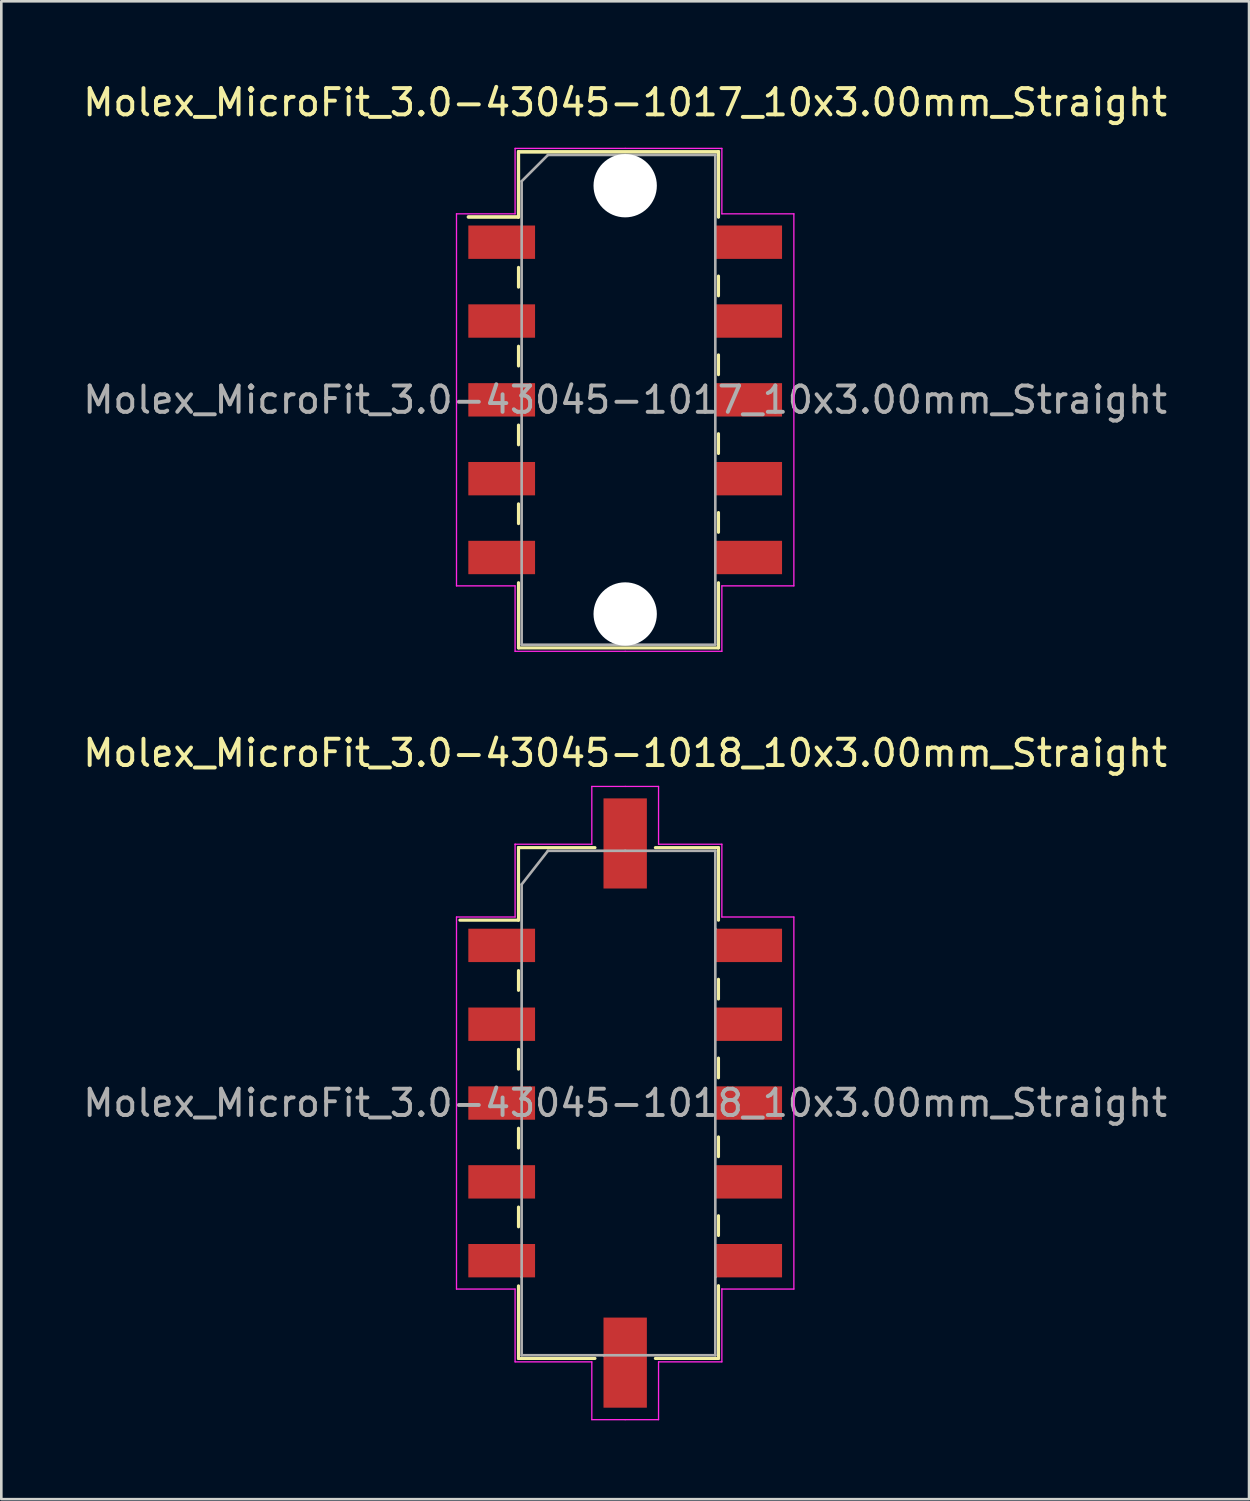
<source format=kicad_pcb>
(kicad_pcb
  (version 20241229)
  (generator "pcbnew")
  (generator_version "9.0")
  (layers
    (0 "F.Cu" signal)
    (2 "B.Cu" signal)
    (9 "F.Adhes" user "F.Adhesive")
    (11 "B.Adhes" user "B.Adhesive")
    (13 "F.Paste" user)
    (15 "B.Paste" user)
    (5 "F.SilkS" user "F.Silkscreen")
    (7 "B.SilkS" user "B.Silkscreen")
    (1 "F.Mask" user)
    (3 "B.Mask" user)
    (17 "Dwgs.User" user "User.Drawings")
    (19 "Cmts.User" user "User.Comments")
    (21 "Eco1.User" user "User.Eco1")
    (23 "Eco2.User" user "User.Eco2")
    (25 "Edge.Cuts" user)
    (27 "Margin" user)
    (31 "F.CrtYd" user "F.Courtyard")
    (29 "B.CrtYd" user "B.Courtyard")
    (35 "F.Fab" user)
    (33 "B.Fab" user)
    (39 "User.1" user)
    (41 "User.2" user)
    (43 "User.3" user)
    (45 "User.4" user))
  (footprint "Molex_MicroFit_3.0-43045-1017_10x3.00mm_Straight"
    (layer "F.Cu")
    (at 20.744 12.168)
    (property "Reference" "Molex_MicroFit_3.0-43045-1017_10x3.00mm_Straight" (at 0 -11.32 0) (layer "F.SilkS") (effects (font (size 1 1) (thickness 0.15))))
    (attr smd)
    (fp_line (start -5.97 -6.96) (end -4.06 -6.96) (stroke (width 0.12) (type solid)) (layer "F.SilkS"))
    (fp_line (start -5.97 -6.96) (end -4.06 -6.96) (stroke (width 0.12) (type solid)) (layer "F.SilkS"))
    (fp_line (start -4.06 -9.44) (end 3.55 -9.44) (stroke (width 0.12) (type solid)) (layer "F.SilkS"))
    (fp_line (start -4.06 -9.44) (end 3.55 -9.44) (stroke (width 0.12) (type solid)) (layer "F.SilkS"))
    (fp_line (start -4.06 -6.96) (end -4.06 -9.44) (stroke (width 0.12) (type solid)) (layer "F.SilkS"))
    (fp_line (start -4.06 -6.96) (end -4.06 -9.44) (stroke (width 0.12) (type solid)) (layer "F.SilkS"))
    (fp_line (start -4.06 -5.04) (end -4.06 -4.29) (stroke (width 0.12) (type solid)) (layer "F.SilkS"))
    (fp_line (start -4.06 -2.04) (end -4.06 -1.29) (stroke (width 0.12) (type solid)) (layer "F.SilkS"))
    (fp_line (start -4.06 0.96) (end -4.06 1.71) (stroke (width 0.12) (type solid)) (layer "F.SilkS"))
    (fp_line (start -4.06 3.96) (end -4.06 4.71) (stroke (width 0.12) (type solid)) (layer "F.SilkS"))
    (fp_line (start -4.06 9.44) (end -4.06 6.96) (stroke (width 0.12) (type solid)) (layer "F.SilkS"))
    (fp_line (start 3.55 -9.44) (end 3.55 -6.96) (stroke (width 0.12) (type solid)) (layer "F.SilkS"))
    (fp_line (start 3.55 -9.44) (end 3.55 -6.96) (stroke (width 0.12) (type solid)) (layer "F.SilkS"))
    (fp_line (start 3.55 -3.96) (end 3.55 -4.71) (stroke (width 0.12) (type solid)) (layer "F.SilkS"))
    (fp_line (start 3.55 -0.96) (end 3.55 -1.71) (stroke (width 0.12) (type solid)) (layer "F.SilkS"))
    (fp_line (start 3.55 2.04) (end 3.55 1.29) (stroke (width 0.12) (type solid)) (layer "F.SilkS"))
    (fp_line (start 3.55 5.04) (end 3.55 4.29) (stroke (width 0.12) (type solid)) (layer "F.SilkS"))
    (fp_line (start 3.55 6.96) (end 3.55 9.44) (stroke (width 0.12) (type solid)) (layer "F.SilkS"))
    (fp_line (start 3.55 9.44) (end -4.06 9.44) (stroke (width 0.12) (type solid)) (layer "F.SilkS"))
    (fp_line (start -6.42 -7.08) (end -4.19 -7.08) (stroke (width 0.05) (type solid)) (layer "F.CrtYd"))
    (fp_line (start -6.42 7.08) (end -6.42 -7.08) (stroke (width 0.05) (type solid)) (layer "F.CrtYd"))
    (fp_line (start -4.19 -9.57) (end 0 -9.57) (stroke (width 0.05) (type solid)) (layer "F.CrtYd"))
    (fp_line (start -4.19 -7.08) (end -4.19 -9.57) (stroke (width 0.05) (type solid)) (layer "F.CrtYd"))
    (fp_line (start -4.19 7.08) (end -6.42 7.08) (stroke (width 0.05) (type solid)) (layer "F.CrtYd"))
    (fp_line (start -4.19 9.57) (end -4.19 7.08) (stroke (width 0.05) (type solid)) (layer "F.CrtYd"))
    (fp_line (start 0 -9.57) (end 3.68 -9.57) (stroke (width 0.05) (type solid)) (layer "F.CrtYd"))
    (fp_line (start 0 9.57) (end -4.19 9.57) (stroke (width 0.05) (type solid)) (layer "F.CrtYd"))
    (fp_line (start 3.68 -9.57) (end 3.68 -7.08) (stroke (width 0.05) (type solid)) (layer "F.CrtYd"))
    (fp_line (start 3.68 -7.08) (end 6.42 -7.08) (stroke (width 0.05) (type solid)) (layer "F.CrtYd"))
    (fp_line (start 3.68 7.08) (end 3.68 9.57) (stroke (width 0.05) (type solid)) (layer "F.CrtYd"))
    (fp_line (start 3.68 9.57) (end 0 9.57) (stroke (width 0.05) (type solid)) (layer "F.CrtYd"))
    (fp_line (start 6.42 -7.08) (end 6.42 7.08) (stroke (width 0.05) (type solid)) (layer "F.CrtYd"))
    (fp_line (start 6.42 7.08) (end 3.68 7.08) (stroke (width 0.05) (type solid)) (layer "F.CrtYd"))
    (fp_line (start -3.94 -8.32) (end -2.94 -9.32) (stroke (width 0.1) (type solid)) (layer "F.Fab"))
    (fp_line (start -3.94 9.32) (end -3.94 -8.32) (stroke (width 0.1) (type solid)) (layer "F.Fab"))
    (fp_line (start -2.94 -9.32) (end 0 -9.32) (stroke (width 0.1) (type solid)) (layer "F.Fab"))
    (fp_line (start 0 -9.32) (end 3.43 -9.32) (stroke (width 0.1) (type solid)) (layer "F.Fab"))
    (fp_line (start 0 9.32) (end -3.94 9.32) (stroke (width 0.1) (type solid)) (layer "F.Fab"))
    (fp_line (start 3.43 -9.32) (end 3.43 9.32) (stroke (width 0.1) (type solid)) (layer "F.Fab"))
    (fp_line (start 3.43 9.32) (end 0 9.32) (stroke (width 0.1) (type solid)) (layer "F.Fab"))
    (fp_text user "${REFERENCE}" (at 0 0 0) (layer "F.Fab") (effects (font (size 1 1) (thickness 0.15))))
    (pad "" np_thru_hole circle (at 0 -8.15) (size 2.41 2.41) (drill 2.41) (layers "*.Cu"))
    (pad "" np_thru_hole circle (at 0 8.15) (size 2.41 2.41) (drill 2.41) (layers "*.Cu"))
    (pad "1" smd rect (at -4.7 -6) (size 2.54 1.27) (layers "F.Cu" "F.Mask" "F.Paste"))
    (pad "2" smd rect (at -4.7 -3) (size 2.54 1.27) (layers "F.Cu" "F.Mask" "F.Paste"))
    (pad "3" smd rect (at -4.7 0) (size 2.54 1.27) (layers "F.Cu" "F.Mask" "F.Paste"))
    (pad "4" smd rect (at -4.7 3) (size 2.54 1.27) (layers "F.Cu" "F.Mask" "F.Paste"))
    (pad "5" smd rect (at -4.7 6) (size 2.54 1.27) (layers "F.Cu" "F.Mask" "F.Paste"))
    (pad "6" smd rect (at 4.7 6) (size 2.54 1.27) (layers "F.Cu" "F.Mask" "F.Paste"))
    (pad "7" smd rect (at 4.7 3) (size 2.54 1.27) (layers "F.Cu" "F.Mask" "F.Paste"))
    (pad "8" smd rect (at 4.7 0) (size 2.54 1.27) (layers "F.Cu" "F.Mask" "F.Paste"))
    (pad "9" smd rect (at 4.7 -3) (size 2.54 1.27) (layers "F.Cu" "F.Mask" "F.Paste"))
    (pad "10" smd rect (at 4.7 -6) (size 2.54 1.27) (layers "F.Cu" "F.Mask" "F.Paste")))
  (footprint "Molex_MicroFit_3.0-43045-1018_10x3.00mm_Straight"
    (layer "F.Cu")
    (at 20.744 38.931)
    (property "Reference" "Molex_MicroFit_3.0-43045-1018_10x3.00mm_Straight" (at 0 -13.32 0) (layer "F.SilkS") (effects (font (size 1 1) (thickness 0.15))))
    (attr smd)
    (fp_line (start -6.29 -6.96) (end -4.06 -6.96) (stroke (width 0.12) (type solid)) (layer "F.SilkS"))
    (fp_line (start -4.06 -9.72) (end -4.06 -9.72) (stroke (width 0.12) (type solid)) (layer "F.SilkS"))
    (fp_line (start -4.06 -9.72) (end -1.15 -9.72) (stroke (width 0.12) (type solid)) (layer "F.SilkS"))
    (fp_line (start -4.06 -6.96) (end -4.06 -9.72) (stroke (width 0.12) (type solid)) (layer "F.SilkS"))
    (fp_line (start -4.06 -5.04) (end -4.06 -4.29) (stroke (width 0.12) (type solid)) (layer "F.SilkS"))
    (fp_line (start -4.06 -2.04) (end -4.06 -1.29) (stroke (width 0.12) (type solid)) (layer "F.SilkS"))
    (fp_line (start -4.06 0.96) (end -4.06 1.71) (stroke (width 0.12) (type solid)) (layer "F.SilkS"))
    (fp_line (start -4.06 3.96) (end -4.06 4.71) (stroke (width 0.12) (type solid)) (layer "F.SilkS"))
    (fp_line (start -4.06 9.72) (end -4.06 6.96) (stroke (width 0.12) (type solid)) (layer "F.SilkS"))
    (fp_line (start -1.15 9.72) (end -4.06 9.72) (stroke (width 0.12) (type solid)) (layer "F.SilkS"))
    (fp_line (start 1.15 -9.72) (end 3.55 -9.72) (stroke (width 0.12) (type solid)) (layer "F.SilkS"))
    (fp_line (start 3.55 -9.72) (end 3.55 -6.96) (stroke (width 0.12) (type solid)) (layer "F.SilkS"))
    (fp_line (start 3.55 -3.96) (end 3.55 -4.71) (stroke (width 0.12) (type solid)) (layer "F.SilkS"))
    (fp_line (start 3.55 -0.96) (end 3.55 -1.71) (stroke (width 0.12) (type solid)) (layer "F.SilkS"))
    (fp_line (start 3.55 2.04) (end 3.55 1.29) (stroke (width 0.12) (type solid)) (layer "F.SilkS"))
    (fp_line (start 3.55 5.04) (end 3.55 4.29) (stroke (width 0.12) (type solid)) (layer "F.SilkS"))
    (fp_line (start 3.55 6.96) (end 3.55 6.96) (stroke (width 0.12) (type solid)) (layer "F.SilkS"))
    (fp_line (start 3.55 6.96) (end 3.55 9.72) (stroke (width 0.12) (type solid)) (layer "F.SilkS"))
    (fp_line (start 3.55 9.72) (end 1.15 9.72) (stroke (width 0.12) (type solid)) (layer "F.SilkS"))
    (fp_line (start -6.42 -7.08) (end -4.19 -7.08) (stroke (width 0.05) (type solid)) (layer "F.CrtYd"))
    (fp_line (start -6.42 7.08) (end -6.42 -7.08) (stroke (width 0.05) (type solid)) (layer "F.CrtYd"))
    (fp_line (start -4.19 -9.85) (end -4.19 -9.85) (stroke (width 0.05) (type solid)) (layer "F.CrtYd"))
    (fp_line (start -4.19 -9.85) (end -1.27 -9.85) (stroke (width 0.05) (type solid)) (layer "F.CrtYd"))
    (fp_line (start -4.19 -7.08) (end -4.19 -9.85) (stroke (width 0.05) (type solid)) (layer "F.CrtYd"))
    (fp_line (start -4.19 7.08) (end -6.42 7.08) (stroke (width 0.05) (type solid)) (layer "F.CrtYd"))
    (fp_line (start -4.19 9.85) (end -4.19 7.08) (stroke (width 0.05) (type solid)) (layer "F.CrtYd"))
    (fp_line (start -1.27 -12.05) (end 0 -12.05) (stroke (width 0.05) (type solid)) (layer "F.CrtYd"))
    (fp_line (start -1.27 -9.85) (end -1.27 -12.05) (stroke (width 0.05) (type solid)) (layer "F.CrtYd"))
    (fp_line (start -1.27 9.85) (end -4.19 9.85) (stroke (width 0.05) (type solid)) (layer "F.CrtYd"))
    (fp_line (start -1.27 12.05) (end -1.27 9.85) (stroke (width 0.05) (type solid)) (layer "F.CrtYd"))
    (fp_line (start 0 -12.05) (end 1.27 -12.05) (stroke (width 0.05) (type solid)) (layer "F.CrtYd"))
    (fp_line (start 0 12.05) (end -1.27 12.05) (stroke (width 0.05) (type solid)) (layer "F.CrtYd"))
    (fp_line (start 1.27 -12.05) (end 1.27 -9.85) (stroke (width 0.05) (type solid)) (layer "F.CrtYd"))
    (fp_line (start 1.27 -9.85) (end 3.68 -9.85) (stroke (width 0.05) (type solid)) (layer "F.CrtYd"))
    (fp_line (start 1.27 9.85) (end 1.27 12.05) (stroke (width 0.05) (type solid)) (layer "F.CrtYd"))
    (fp_line (start 1.27 12.05) (end 0 12.05) (stroke (width 0.05) (type solid)) (layer "F.CrtYd"))
    (fp_line (start 3.68 -9.85) (end 3.68 -7.08) (stroke (width 0.05) (type solid)) (layer "F.CrtYd"))
    (fp_line (start 3.68 -7.08) (end 6.42 -7.08) (stroke (width 0.05) (type solid)) (layer "F.CrtYd"))
    (fp_line (start 3.68 7.08) (end 3.68 7.08) (stroke (width 0.05) (type solid)) (layer "F.CrtYd"))
    (fp_line (start 3.68 7.08) (end 3.68 9.85) (stroke (width 0.05) (type solid)) (layer "F.CrtYd"))
    (fp_line (start 3.68 9.85) (end 1.27 9.85) (stroke (width 0.05) (type solid)) (layer "F.CrtYd"))
    (fp_line (start 6.42 -7.08) (end 6.42 7.08) (stroke (width 0.05) (type solid)) (layer "F.CrtYd"))
    (fp_line (start 6.42 7.08) (end 3.68 7.08) (stroke (width 0.05) (type solid)) (layer "F.CrtYd"))
    (fp_line (start -3.94 -8.32) (end -2.94 -9.6) (stroke (width 0.1) (type solid)) (layer "F.Fab"))
    (fp_line (start -3.94 6.63) (end -3.94 -8.32) (stroke (width 0.1) (type solid)) (layer "F.Fab"))
    (fp_line (start -3.94 9.6) (end -3.94 6.63) (stroke (width 0.1) (type solid)) (layer "F.Fab"))
    (fp_line (start -2.94 -9.6) (end 0 -9.6) (stroke (width 0.1) (type solid)) (layer "F.Fab"))
    (fp_line (start -0.82 9.6) (end -3.94 9.6) (stroke (width 0.1) (type solid)) (layer "F.Fab"))
    (fp_line (start 0 -9.6) (end 3.43 -9.6) (stroke (width 0.1) (type solid)) (layer "F.Fab"))
    (fp_line (start 3.43 -9.6) (end 3.43 -6.63) (stroke (width 0.1) (type solid)) (layer "F.Fab"))
    (fp_line (start 3.43 -6.63) (end 3.43 6.63) (stroke (width 0.1) (type solid)) (layer "F.Fab"))
    (fp_line (start 3.43 6.63) (end 3.43 9.6) (stroke (width 0.1) (type solid)) (layer "F.Fab"))
    (fp_line (start 3.43 9.6) (end -0.82 9.6) (stroke (width 0.1) (type solid)) (layer "F.Fab"))
    (fp_text user "${REFERENCE}" (at 0 0 0) (layer "F.Fab") (effects (font (size 1 1) (thickness 0.15))))
    (pad "" smd rect (at 0 -9.88) (size 1.65 3.43) (layers "F.Cu" "F.Mask" "F.Paste"))
    (pad "" smd rect (at 0 9.88) (size 1.65 3.43) (layers "F.Cu" "F.Mask" "F.Paste"))
    (pad "1" smd rect (at -4.7 -6) (size 2.54 1.27) (layers "F.Cu" "F.Mask" "F.Paste"))
    (pad "2" smd rect (at -4.7 -3) (size 2.54 1.27) (layers "F.Cu" "F.Mask" "F.Paste"))
    (pad "3" smd rect (at -4.7 0) (size 2.54 1.27) (layers "F.Cu" "F.Mask" "F.Paste"))
    (pad "4" smd rect (at -4.7 3) (size 2.54 1.27) (layers "F.Cu" "F.Mask" "F.Paste"))
    (pad "5" smd rect (at -4.7 6) (size 2.54 1.27) (layers "F.Cu" "F.Mask" "F.Paste"))
    (pad "6" smd rect (at 4.7 6) (size 2.54 1.27) (layers "F.Cu" "F.Mask" "F.Paste"))
    (pad "7" smd rect (at 4.7 3) (size 2.54 1.27) (layers "F.Cu" "F.Mask" "F.Paste"))
    (pad "8" smd rect (at 4.7 0) (size 2.54 1.27) (layers "F.Cu" "F.Mask" "F.Paste"))
    (pad "9" smd rect (at 4.7 -3) (size 2.54 1.27) (layers "F.Cu" "F.Mask" "F.Paste"))
    (pad "10" smd rect (at 4.7 -6) (size 2.54 1.27) (layers "F.Cu" "F.Mask" "F.Paste")))
  (gr_rect
    (start -3 -3)
    (end 44.488 54.007)
    (stroke (width 0.1) (type default))
    (fill no)
    (layer "Edge.Cuts")))
</source>
